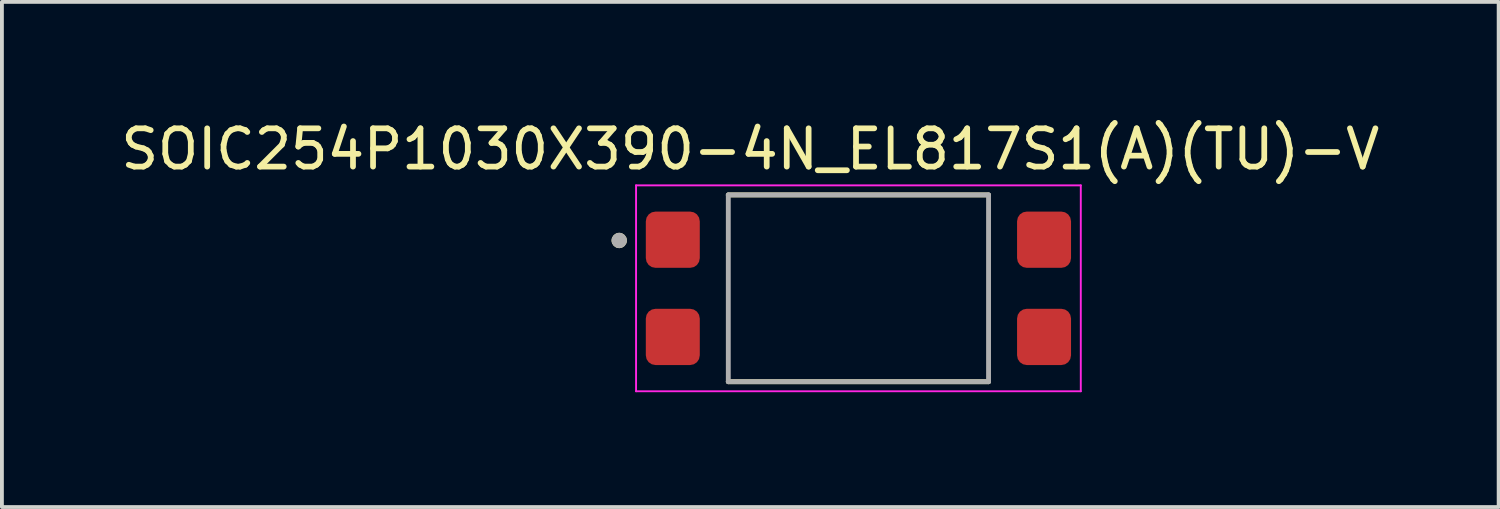
<source format=kicad_pcb>
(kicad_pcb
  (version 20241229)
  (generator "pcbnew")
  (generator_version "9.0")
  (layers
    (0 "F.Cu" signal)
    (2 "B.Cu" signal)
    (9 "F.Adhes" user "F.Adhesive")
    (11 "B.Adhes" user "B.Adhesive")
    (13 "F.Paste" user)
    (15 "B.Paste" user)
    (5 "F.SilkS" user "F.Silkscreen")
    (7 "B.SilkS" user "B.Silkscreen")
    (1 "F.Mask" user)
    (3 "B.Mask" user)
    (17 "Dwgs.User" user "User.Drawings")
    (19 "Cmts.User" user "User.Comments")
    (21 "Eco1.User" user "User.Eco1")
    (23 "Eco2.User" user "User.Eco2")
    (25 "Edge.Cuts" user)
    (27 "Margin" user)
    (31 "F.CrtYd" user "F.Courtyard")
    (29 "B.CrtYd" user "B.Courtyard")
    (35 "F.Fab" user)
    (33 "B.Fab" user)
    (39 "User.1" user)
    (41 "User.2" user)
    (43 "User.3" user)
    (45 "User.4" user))
  (footprint "SOIC254P1030X390-4N_EL817S1(A)(TU)-V"
    (layer "F.Cu")
    (at 19.379 4.483)
    (property "Reference" "SOIC254P1030X390-4N_EL817S1(A)(TU)-V" (at -2.825 -3.635 0) (layer "F.SilkS") (effects (font (size 1 1) (thickness 0.15))))
    (attr through_hole)
    (fp_line (start -3.4 -2.44) (end 3.4 -2.44) (stroke (width 0.127) (type solid)) (layer "F.SilkS"))
    (fp_line (start 3.4 2.44) (end -3.4 2.44) (stroke (width 0.127) (type solid)) (layer "F.SilkS"))
    (fp_circle (center -6.25 -1.25) (end -6.15 -1.25) (stroke (width 0.2) (type solid)) (fill no) (layer "F.SilkS"))
    (fp_line (start -5.81 -2.69) (end 5.81 -2.69) (stroke (width 0.05) (type solid)) (layer "F.CrtYd"))
    (fp_line (start -5.81 2.69) (end -5.81 -2.69) (stroke (width 0.05) (type solid)) (layer "F.CrtYd"))
    (fp_line (start 5.81 -2.69) (end 5.81 2.69) (stroke (width 0.05) (type solid)) (layer "F.CrtYd"))
    (fp_line (start 5.81 2.69) (end -5.81 2.69) (stroke (width 0.05) (type solid)) (layer "F.CrtYd"))
    (fp_line (start -3.4 -2.44) (end -3.4 2.44) (stroke (width 0.127) (type solid)) (layer "F.Fab"))
    (fp_line (start -3.4 2.44) (end 3.4 2.44) (stroke (width 0.127) (type solid)) (layer "F.Fab"))
    (fp_line (start 3.4 -2.44) (end -3.4 -2.44) (stroke (width 0.127) (type solid)) (layer "F.Fab"))
    (fp_line (start 3.4 2.44) (end 3.4 -2.44) (stroke (width 0.127) (type solid)) (layer "F.Fab"))
    (fp_circle (center -6.25 -1.25) (end -6.15 -1.25) (stroke (width 0.2) (type solid)) (fill no) (layer "F.Fab"))
    (pad "1" smd roundrect (at -4.85 -1.27) (size 1.41 1.47) (layers "F.Cu" "F.Mask" "F.Paste") (roundrect_rratio 0.18))
    (pad "2" smd roundrect (at -4.85 1.27) (size 1.41 1.47) (layers "F.Cu" "F.Mask" "F.Paste") (roundrect_rratio 0.18))
    (pad "3" smd roundrect (at 4.85 1.27 180) (size 1.41 1.47) (layers "F.Cu" "F.Mask" "F.Paste") (roundrect_rratio 0.18))
    (pad "4" smd roundrect (at 4.85 -1.27 180) (size 1.41 1.47) (layers "F.Cu" "F.Mask" "F.Paste") (roundrect_rratio 0.18)))
  (gr_rect
    (start -3 -3)
    (end 36.107 10.198)
    (stroke (width 0.1) (type default))
    (fill no)
    (layer "Edge.Cuts")))
</source>
